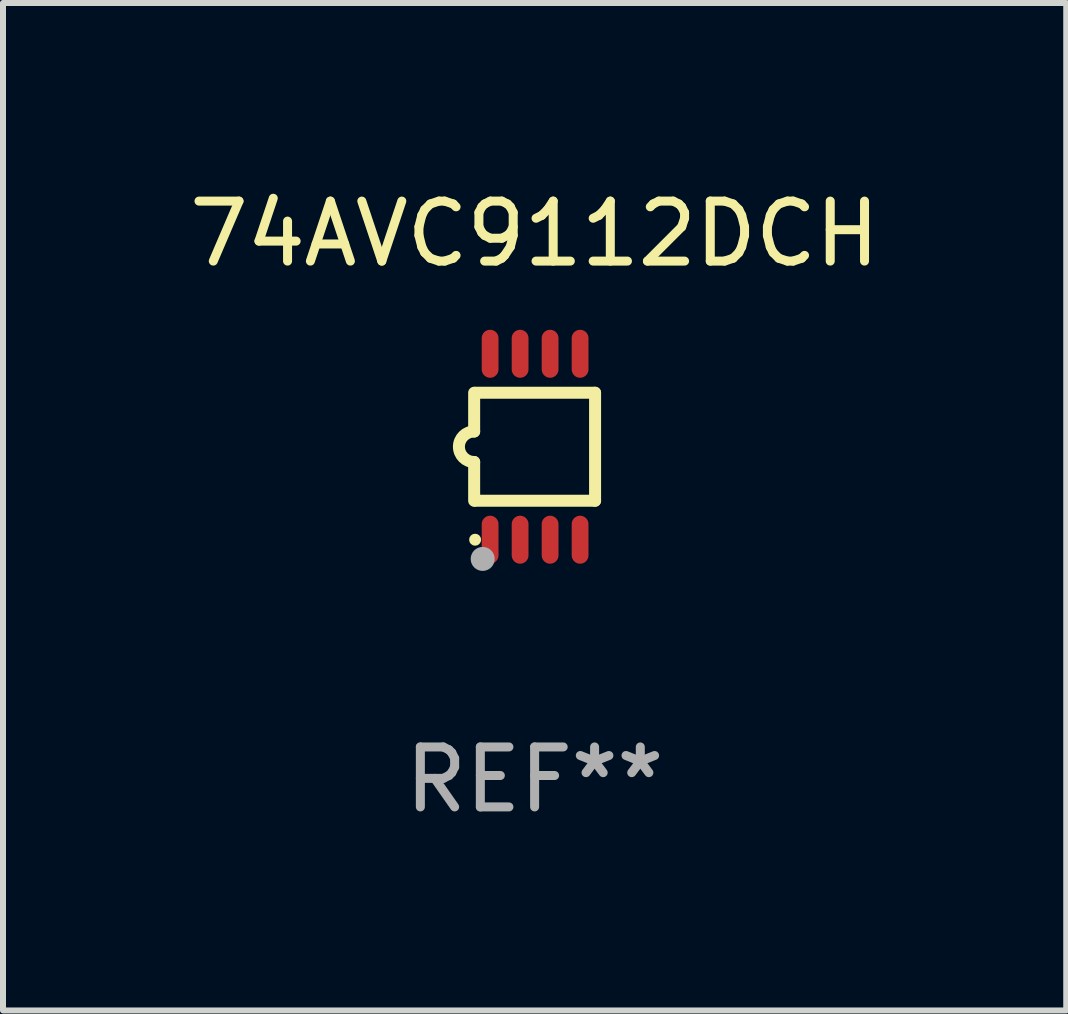
<source format=kicad_pcb>
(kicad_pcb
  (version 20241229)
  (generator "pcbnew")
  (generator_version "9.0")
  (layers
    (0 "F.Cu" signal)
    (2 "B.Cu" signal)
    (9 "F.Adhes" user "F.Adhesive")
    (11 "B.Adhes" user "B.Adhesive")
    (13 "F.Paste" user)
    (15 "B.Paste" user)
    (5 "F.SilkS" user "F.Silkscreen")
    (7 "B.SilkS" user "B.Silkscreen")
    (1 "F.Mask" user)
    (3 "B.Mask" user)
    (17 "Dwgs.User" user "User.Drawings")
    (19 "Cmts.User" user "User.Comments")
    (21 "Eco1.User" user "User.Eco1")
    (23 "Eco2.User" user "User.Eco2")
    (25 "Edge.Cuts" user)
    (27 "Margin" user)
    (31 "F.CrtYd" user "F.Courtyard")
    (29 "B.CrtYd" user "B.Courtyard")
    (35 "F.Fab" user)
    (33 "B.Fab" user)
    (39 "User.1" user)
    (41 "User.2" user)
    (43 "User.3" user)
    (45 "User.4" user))
  (footprint "74AVC9112DCH"
    (layer "F.Cu")
    (at 5.863 4.398)
    (property "Reference" "74AVC9112DCH" (at 0 -3.55 0) (layer "F.SilkS") (effects (font (size 1 1) (thickness 0.15))))
    (attr through_hole)
    (fp_line (start -1.008 -0.254) (end -1.008 -0.9) (stroke (width 0.2) (type solid)) (layer "F.SilkS"))
    (fp_line (start -1.008 0.254) (end -1.008 0.9) (stroke (width 0.2) (type solid)) (layer "F.SilkS"))
    (fp_line (start -0.992 0.9) (end 1.008 0.9) (stroke (width 0.2) (type solid)) (layer "F.SilkS"))
    (fp_line (start 1.008 -0.9) (end -0.992 -0.9) (stroke (width 0.2) (type solid)) (layer "F.SilkS"))
    (fp_line (start 1.008 0.9) (end 1.008 -0.9) (stroke (width 0.2) (type solid)) (layer "F.SilkS"))
    (fp_arc (start -1.008001 0.254001) (mid -1.262002 0) (end -1.008001 -0.254001) (stroke (width 0.2) (type solid)) (layer "F.SilkS"))
    (fp_circle (center -0.992 1.55) (end -0.942 1.55) (stroke (width 0.1) (type solid)) (fill no) (layer "F.SilkS"))
    (fp_circle (center -0.866 1.87) (end -0.766 1.87) (stroke (width 0.2) (type solid)) (fill no) (layer "F.Fab"))
    (fp_text user "REF**" (at 0 5.55 0) (layer "F.Fab") (effects (font (size 1 1) (thickness 0.15))))
    (pad "1" smd oval (at -0.742 1.55 270) (size 0.8 0.28) (layers "F.Cu" "F.Mask" "F.Paste"))
    (pad "2" smd oval (at -0.242 1.55 270) (size 0.8 0.28) (layers "F.Cu" "F.Mask" "F.Paste"))
    (pad "3" smd oval (at 0.258 1.55 270) (size 0.8 0.28) (layers "F.Cu" "F.Mask" "F.Paste"))
    (pad "4" smd oval (at 0.758 1.55 270) (size 0.8 0.28) (layers "F.Cu" "F.Mask" "F.Paste"))
    (pad "5" smd oval (at 0.758 -1.55 270) (size 0.8 0.28) (layers "F.Cu" "F.Mask" "F.Paste"))
    (pad "6" smd oval (at 0.258 -1.55 270) (size 0.8 0.28) (layers "F.Cu" "F.Mask" "F.Paste"))
    (pad "7" smd oval (at -0.242 -1.55 270) (size 0.8 0.28) (layers "F.Cu" "F.Mask" "F.Paste"))
    (pad "8" smd oval (at -0.742 -1.55 270) (size 0.8 0.28) (layers "F.Cu" "F.Mask" "F.Paste")))
  (gr_rect
    (start -3 -3)
    (end 14.726 13.796)
    (stroke (width 0.1) (type default))
    (fill no)
    (layer "Edge.Cuts")))
</source>
